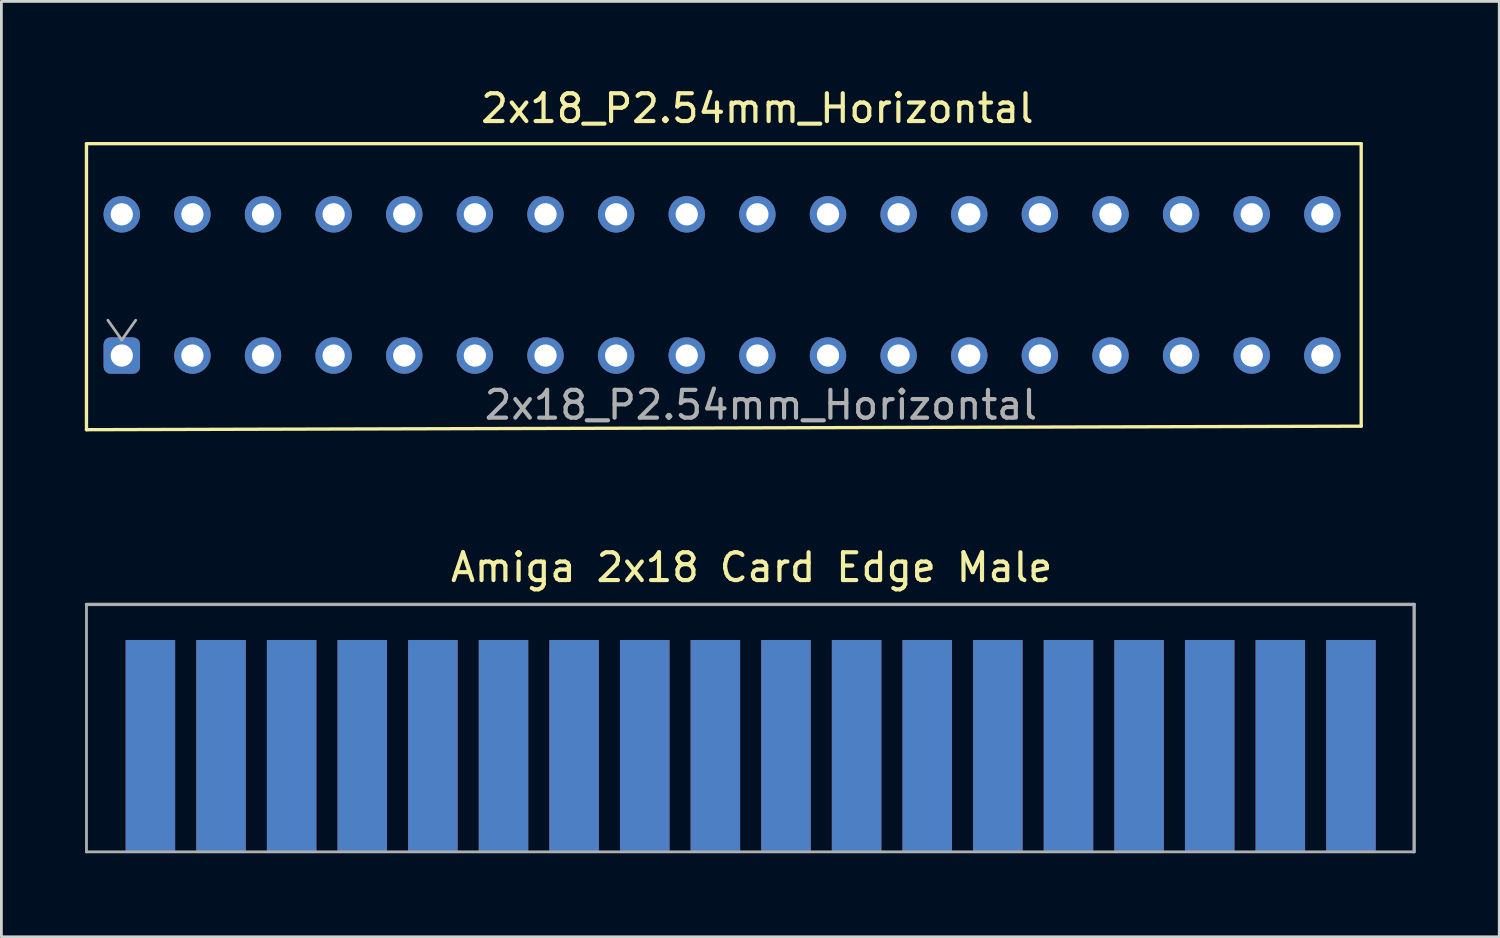
<source format=kicad_pcb>
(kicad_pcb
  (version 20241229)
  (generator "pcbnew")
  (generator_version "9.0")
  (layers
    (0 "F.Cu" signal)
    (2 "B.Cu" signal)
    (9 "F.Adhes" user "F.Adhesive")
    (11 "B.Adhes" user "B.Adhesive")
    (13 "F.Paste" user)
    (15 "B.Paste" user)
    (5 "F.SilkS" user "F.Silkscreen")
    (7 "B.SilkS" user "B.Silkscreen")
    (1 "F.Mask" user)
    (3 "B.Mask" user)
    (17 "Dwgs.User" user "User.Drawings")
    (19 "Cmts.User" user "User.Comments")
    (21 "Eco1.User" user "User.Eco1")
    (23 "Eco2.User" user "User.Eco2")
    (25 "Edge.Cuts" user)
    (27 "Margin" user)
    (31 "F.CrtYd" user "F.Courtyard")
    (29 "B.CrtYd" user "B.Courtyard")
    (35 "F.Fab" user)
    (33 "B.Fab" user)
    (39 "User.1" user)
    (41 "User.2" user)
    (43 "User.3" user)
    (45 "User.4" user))
  (footprint "Amiga 2x18 Card Edge Male"
    (layer "F.Cu")
    (at 23.936 15.715)
    (property "Reference" "Amiga 2x18 Card Edge Male" (at 0.048 1.643 0) (layer "F.SilkS") (effects (font (size 1 1) (thickness 0.15))))
    (attr through_hole)
    (fp_line (start -23.876 11.874) (end -23.876 2.974) (stroke (width 0.1) (type solid)) (layer "F.Fab"))
    (fp_line (start 23.876 2.974) (end -23.876 2.974) (stroke (width 0.12) (type solid)) (layer "F.Fab"))
    (fp_line (start 23.876 11.867) (end 23.876 2.974) (stroke (width 0.12) (type solid)) (layer "F.Fab"))
    (fp_line (start 23.876 11.874) (end -23.876 11.874) (stroke (width 0.1) (type solid)) (layer "F.Fab"))
    (pad "1" connect rect (at 21.603 8.065) (size 1.78 7.62) (layers "B.Cu" "B.Mask"))
    (pad "2" connect rect (at 21.603 8.065) (size 1.78 7.62) (layers "F.Cu" "F.Mask"))
    (pad "3" connect rect (at 19.063 8.065) (size 1.78 7.62) (layers "B.Cu" "B.Mask"))
    (pad "4" connect rect (at 19.063 8.065) (size 1.78 7.62) (layers "F.Cu" "F.Mask"))
    (pad "5" connect rect (at 16.523 8.065) (size 1.78 7.62) (layers "B.Cu" "B.Mask"))
    (pad "6" connect rect (at 16.523 8.065) (size 1.78 7.62) (layers "F.Cu" "F.Mask"))
    (pad "7" connect rect (at 13.983 8.065) (size 1.78 7.62) (layers "B.Cu" "B.Mask"))
    (pad "8" connect rect (at 13.983 8.065) (size 1.78 7.62) (layers "F.Cu" "F.Mask"))
    (pad "9" connect rect (at 11.443 8.065) (size 1.78 7.62) (layers "B.Cu" "B.Mask"))
    (pad "10" connect rect (at 11.443 8.065) (size 1.78 7.62) (layers "F.Cu" "F.Mask"))
    (pad "11" connect rect (at 8.903 8.065) (size 1.78 7.62) (layers "B.Cu" "B.Mask"))
    (pad "12" connect rect (at 8.903 8.065) (size 1.78 7.62) (layers "F.Cu" "F.Mask"))
    (pad "13" connect rect (at 6.363 8.065) (size 1.78 7.62) (layers "B.Cu" "B.Mask"))
    (pad "14" connect rect (at 6.363 8.065) (size 1.78 7.62) (layers "F.Cu" "F.Mask"))
    (pad "15" connect rect (at 3.823 8.065) (size 1.78 7.62) (layers "B.Cu" "B.Mask"))
    (pad "16" connect rect (at 3.823 8.065) (size 1.78 7.62) (layers "F.Cu" "F.Mask"))
    (pad "17" connect rect (at 1.283 8.065) (size 1.78 7.62) (layers "B.Cu" "B.Mask"))
    (pad "18" connect rect (at 1.283 8.065) (size 1.78 7.62) (layers "F.Cu" "F.Mask"))
    (pad "19" connect rect (at -1.257 8.065) (size 1.78 7.62) (layers "B.Cu" "B.Mask"))
    (pad "20" connect rect (at -1.257 8.065) (size 1.78 7.62) (layers "F.Cu" "F.Mask"))
    (pad "21" connect rect (at -3.797 8.065) (size 1.78 7.62) (layers "B.Cu" "B.Mask"))
    (pad "22" connect rect (at -3.797 8.065) (size 1.78 7.62) (layers "F.Cu" "F.Mask"))
    (pad "23" connect rect (at -6.337 8.065) (size 1.78 7.62) (layers "B.Cu" "B.Mask"))
    (pad "24" connect rect (at -6.337 8.065) (size 1.78 7.62) (layers "F.Cu" "F.Mask"))
    (pad "25" connect rect (at -8.877 8.065) (size 1.78 7.62) (layers "B.Cu" "B.Mask"))
    (pad "26" connect rect (at -8.877 8.065) (size 1.78 7.62) (layers "F.Cu" "F.Mask"))
    (pad "27" connect rect (at -11.417 8.065) (size 1.78 7.62) (layers "B.Cu" "B.Mask"))
    (pad "28" connect rect (at -11.417 8.065) (size 1.78 7.62) (layers "F.Cu" "F.Mask"))
    (pad "29" connect rect (at -13.957 8.065) (size 1.78 7.62) (layers "B.Cu" "B.Mask"))
    (pad "30" connect rect (at -13.957 8.065) (size 1.78 7.62) (layers "F.Cu" "F.Mask"))
    (pad "31" connect rect (at -16.497 8.065) (size 1.78 7.62) (layers "B.Cu" "B.Mask"))
    (pad "32" connect rect (at -16.497 8.065) (size 1.78 7.62) (layers "F.Cu" "F.Mask"))
    (pad "33" connect rect (at -19.037 8.065) (size 1.78 7.62) (layers "B.Cu" "B.Mask"))
    (pad "34" connect rect (at -19.037 8.065) (size 1.78 7.62) (layers "F.Cu" "F.Mask"))
    (pad "35" connect rect (at -21.577 8.065) (size 1.78 7.62) (layers "B.Cu" "B.Mask"))
    (pad "36" connect rect (at -21.577 8.065) (size 1.78 7.62) (layers "F.Cu" "F.Mask")))
  (footprint "2x18_P2.54mm_Horizontal"
    (layer "F.Cu")
    (at 24.063 7.325)
    (property "Reference" "2x18_P2.54mm_Horizontal" (at 0.127 -6.477 0) (layer "F.SilkS") (effects (font (size 1 1) (thickness 0.15))))
    (attr through_hole)
    (fp_line (start -24.003 -5.207) (end -24.003 5.08) (stroke (width 0.12) (type solid)) (layer "F.SilkS"))
    (fp_line (start -24.003 5.08) (end 21.844 4.953) (stroke (width 0.12) (type solid)) (layer "F.SilkS"))
    (fp_line (start 21.844 -5.207) (end -24.003 -5.207) (stroke (width 0.12) (type solid)) (layer "F.SilkS"))
    (fp_line (start 21.844 4.953) (end 21.844 -5.207) (stroke (width 0.12) (type solid)) (layer "F.SilkS"))
    (fp_line (start -23.233 1.143) (end -22.733 1.85) (stroke (width 0.1) (type solid)) (layer "F.Fab"))
    (fp_line (start -22.733 1.85) (end -22.233 1.143) (stroke (width 0.1) (type solid)) (layer "F.Fab"))
    (fp_text user "${REFERENCE}" (at 0.254 4.191 0) (layer "F.Fab") (effects (font (size 1 1) (thickness 0.15))))
    (pad "1" thru_hole roundrect (at -22.733 2.413) (size 1.31 1.31) (drill 0.8) (layers "*.Cu" "*.Mask") (roundrect_rratio 0.191))
    (pad "2" thru_hole circle (at -22.733 -2.667) (size 1.31 1.31) (drill 0.8) (layers "*.Cu" "*.Mask"))
    (pad "3" thru_hole circle (at -20.193 2.413) (size 1.31 1.31) (drill 0.8) (layers "*.Cu" "*.Mask"))
    (pad "4" thru_hole circle (at -20.193 -2.667) (size 1.31 1.31) (drill 0.8) (layers "*.Cu" "*.Mask"))
    (pad "5" thru_hole circle (at -17.653 2.413) (size 1.31 1.31) (drill 0.8) (layers "*.Cu" "*.Mask"))
    (pad "6" thru_hole circle (at -17.653 -2.667) (size 1.31 1.31) (drill 0.8) (layers "*.Cu" "*.Mask"))
    (pad "7" thru_hole circle (at -15.113 2.413) (size 1.31 1.31) (drill 0.8) (layers "*.Cu" "*.Mask"))
    (pad "8" thru_hole circle (at -15.113 -2.667) (size 1.31 1.31) (drill 0.8) (layers "*.Cu" "*.Mask"))
    (pad "9" thru_hole circle (at -12.573 2.413) (size 1.31 1.31) (drill 0.8) (layers "*.Cu" "*.Mask"))
    (pad "10" thru_hole circle (at -12.573 -2.667) (size 1.31 1.31) (drill 0.8) (layers "*.Cu" "*.Mask"))
    (pad "11" thru_hole circle (at -10.033 2.413) (size 1.31 1.31) (drill 0.8) (layers "*.Cu" "*.Mask"))
    (pad "12" thru_hole circle (at -10.033 -2.667) (size 1.31 1.31) (drill 0.8) (layers "*.Cu" "*.Mask"))
    (pad "13" thru_hole circle (at -7.493 2.413) (size 1.31 1.31) (drill 0.8) (layers "*.Cu" "*.Mask"))
    (pad "14" thru_hole circle (at -7.493 -2.667) (size 1.31 1.31) (drill 0.8) (layers "*.Cu" "*.Mask"))
    (pad "15" thru_hole circle (at -4.953 2.413) (size 1.31 1.31) (drill 0.8) (layers "*.Cu" "*.Mask"))
    (pad "16" thru_hole circle (at -4.953 -2.667) (size 1.31 1.31) (drill 0.8) (layers "*.Cu" "*.Mask"))
    (pad "17" thru_hole circle (at -2.413 2.413) (size 1.31 1.31) (drill 0.8) (layers "*.Cu" "*.Mask"))
    (pad "18" thru_hole circle (at -2.413 -2.667) (size 1.31 1.31) (drill 0.8) (layers "*.Cu" "*.Mask"))
    (pad "19" thru_hole circle (at 0.127 2.413) (size 1.31 1.31) (drill 0.8) (layers "*.Cu" "*.Mask"))
    (pad "20" thru_hole circle (at 0.127 -2.667) (size 1.31 1.31) (drill 0.8) (layers "*.Cu" "*.Mask"))
    (pad "21" thru_hole circle (at 2.667 2.413) (size 1.31 1.31) (drill 0.8) (layers "*.Cu" "*.Mask"))
    (pad "22" thru_hole circle (at 2.667 -2.667) (size 1.31 1.31) (drill 0.8) (layers "*.Cu" "*.Mask"))
    (pad "23" thru_hole circle (at 5.207 2.413) (size 1.31 1.31) (drill 0.8) (layers "*.Cu" "*.Mask"))
    (pad "24" thru_hole circle (at 5.207 -2.667) (size 1.31 1.31) (drill 0.8) (layers "*.Cu" "*.Mask"))
    (pad "25" thru_hole circle (at 7.747 2.413) (size 1.31 1.31) (drill 0.8) (layers "*.Cu" "*.Mask"))
    (pad "26" thru_hole circle (at 7.747 -2.667) (size 1.31 1.31) (drill 0.8) (layers "*.Cu" "*.Mask"))
    (pad "27" thru_hole circle (at 10.287 2.413) (size 1.31 1.31) (drill 0.8) (layers "*.Cu" "*.Mask"))
    (pad "28" thru_hole circle (at 10.287 -2.667) (size 1.31 1.31) (drill 0.8) (layers "*.Cu" "*.Mask"))
    (pad "29" thru_hole circle (at 12.827 2.413) (size 1.31 1.31) (drill 0.8) (layers "*.Cu" "*.Mask"))
    (pad "30" thru_hole circle (at 12.827 -2.667) (size 1.31 1.31) (drill 0.8) (layers "*.Cu" "*.Mask"))
    (pad "31" thru_hole circle (at 15.367 2.413) (size 1.31 1.31) (drill 0.8) (layers "*.Cu" "*.Mask"))
    (pad "32" thru_hole circle (at 15.367 -2.667) (size 1.31 1.31) (drill 0.8) (layers "*.Cu" "*.Mask"))
    (pad "33" thru_hole circle (at 17.907 2.413) (size 1.31 1.31) (drill 0.8) (layers "*.Cu" "*.Mask"))
    (pad "34" thru_hole circle (at 17.907 -2.667) (size 1.31 1.31) (drill 0.8) (layers "*.Cu" "*.Mask"))
    (pad "35" thru_hole circle (at 20.447 2.413) (size 1.31 1.31) (drill 0.8) (layers "*.Cu" "*.Mask"))
    (pad "36" thru_hole circle (at 20.447 -2.667) (size 1.31 1.31) (drill 0.8) (layers "*.Cu" "*.Mask")))
  (gr_rect
    (start -3 -3)
    (end 50.872 30.642)
    (stroke (width 0.1) (type default))
    (fill no)
    (layer "Edge.Cuts")))
</source>
